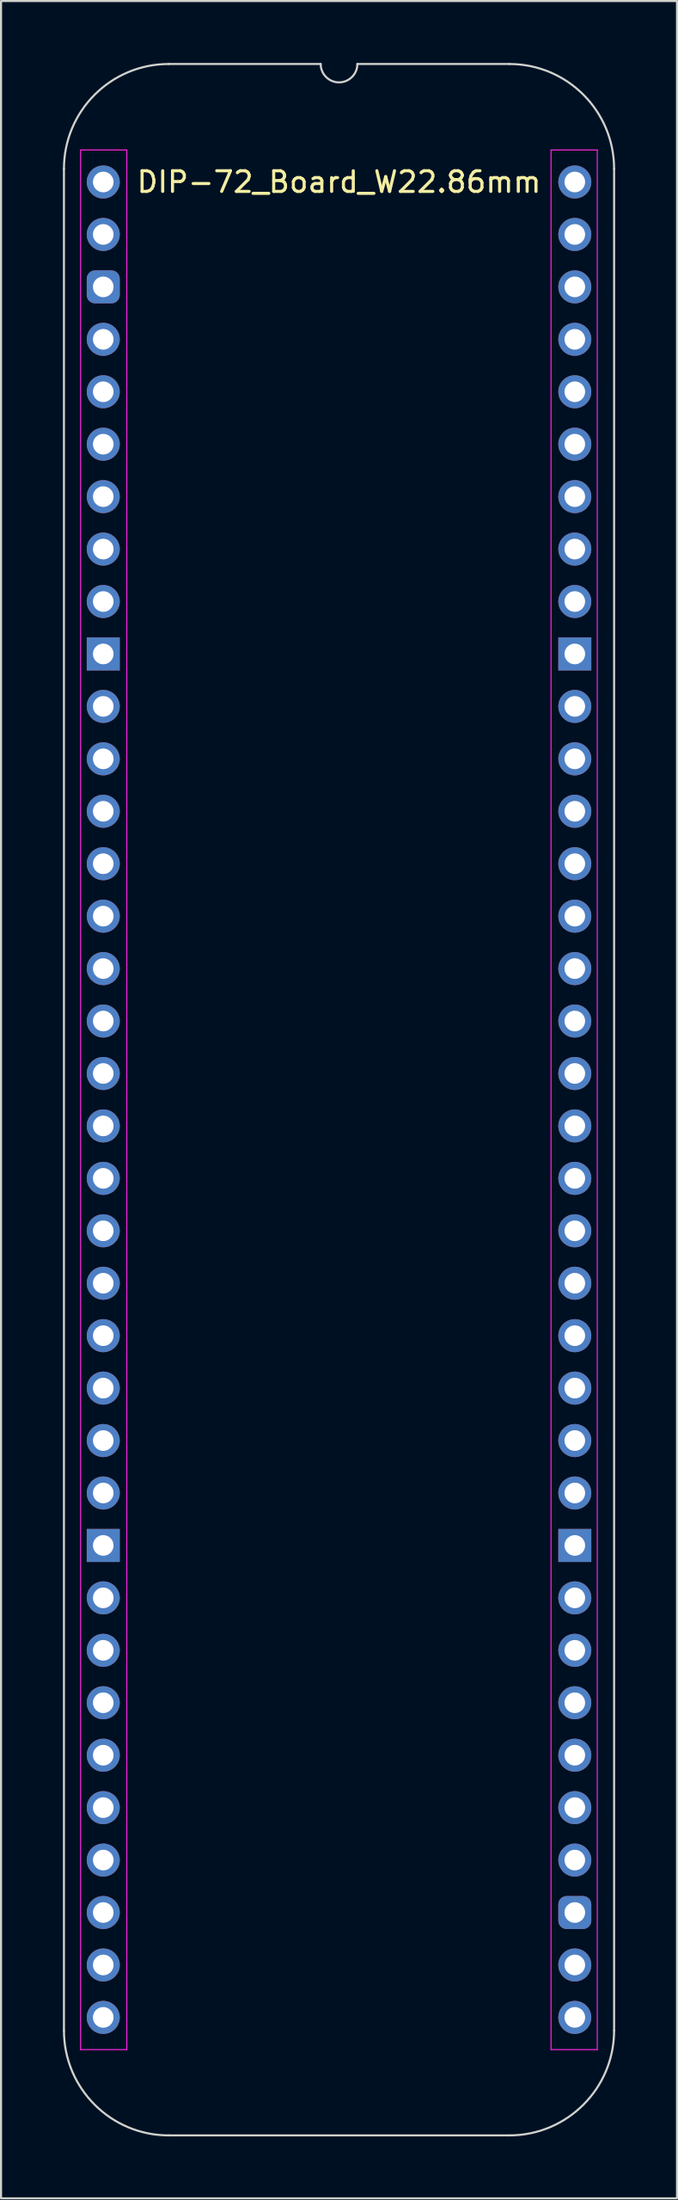
<source format=kicad_pcb>
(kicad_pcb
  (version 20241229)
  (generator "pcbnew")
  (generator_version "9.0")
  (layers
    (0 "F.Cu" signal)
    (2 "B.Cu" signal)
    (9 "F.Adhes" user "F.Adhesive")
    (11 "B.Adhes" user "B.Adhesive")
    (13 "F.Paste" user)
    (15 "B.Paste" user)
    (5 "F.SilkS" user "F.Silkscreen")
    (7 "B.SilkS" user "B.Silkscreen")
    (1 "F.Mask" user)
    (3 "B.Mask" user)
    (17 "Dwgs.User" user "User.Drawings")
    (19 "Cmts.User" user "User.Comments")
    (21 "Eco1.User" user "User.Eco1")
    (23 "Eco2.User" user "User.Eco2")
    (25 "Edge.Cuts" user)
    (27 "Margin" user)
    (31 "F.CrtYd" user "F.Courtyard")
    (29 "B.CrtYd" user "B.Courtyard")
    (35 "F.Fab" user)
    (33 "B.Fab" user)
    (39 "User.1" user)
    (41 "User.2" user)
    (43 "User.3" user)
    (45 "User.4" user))
  (footprint "DIP-72_Board_W22.86mm"
    (layer "F.Cu")
    (at 1.955 5.765)
    (property "Reference" "DIP-72_Board_W22.86mm" (at 11.43 0 0) (layer "F.SilkS") (effects (font (size 1 1) (thickness 0.15))))
    (attr through_hole)
    (fp_line (start -1.905 -0.635) (end -1.905 89.535) (stroke (width 0.1) (type solid)) (layer "Edge.Cuts"))
    (fp_line (start 10.541 -5.715) (end 3.175 -5.715) (stroke (width 0.1) (type solid)) (layer "Edge.Cuts"))
    (fp_line (start 19.685 -5.715) (end 12.319 -5.715) (stroke (width 0.1) (type solid)) (layer "Edge.Cuts"))
    (fp_line (start 19.685 94.615) (end 3.175 94.615) (stroke (width 0.1) (type solid)) (layer "Edge.Cuts"))
    (fp_line (start 24.765 89.535) (end 24.765 -0.635) (stroke (width 0.1) (type solid)) (layer "Edge.Cuts"))
    (fp_arc (start -1.905 -0.635) (mid -0.417102 -4.227102) (end 3.175 -5.715) (stroke (width 0.1) (type solid)) (layer "Edge.Cuts"))
    (fp_arc (start 3.175 94.615) (mid -0.417102 93.127102) (end -1.905 89.535) (stroke (width 0.1) (type solid)) (layer "Edge.Cuts"))
    (fp_arc (start 12.319 -5.715) (mid 11.43 -4.826) (end 10.541 -5.715) (stroke (width 0.1) (type default)) (layer "Edge.Cuts"))
    (fp_arc (start 19.685 -5.715) (mid 23.277102 -4.227102) (end 24.765 -0.635) (stroke (width 0.1) (type solid)) (layer "Edge.Cuts"))
    (fp_arc (start 24.765 89.535) (mid 23.277102 93.127102) (end 19.685 94.615) (stroke (width 0.1) (type solid)) (layer "Edge.Cuts"))
    (fp_line (start -1.1 -1.55) (end -1.1 90.46) (stroke (width 0.05) (type solid)) (layer "F.CrtYd"))
    (fp_line (start -1.1 90.46) (end 1.143 90.46) (stroke (width 0.05) (type solid)) (layer "F.CrtYd"))
    (fp_line (start 1.143 -1.55) (end -1.1 -1.55) (stroke (width 0.05) (type solid)) (layer "F.CrtYd"))
    (fp_line (start 1.143 90.46) (end 1.143 -1.55) (stroke (width 0.05) (type solid)) (layer "F.CrtYd"))
    (fp_line (start 21.707 -1.55) (end 21.707 90.46) (stroke (width 0.05) (type solid)) (layer "F.CrtYd"))
    (fp_line (start 21.707 90.46) (end 23.95 90.46) (stroke (width 0.05) (type solid)) (layer "F.CrtYd"))
    (fp_line (start 23.95 -1.55) (end 21.707 -1.55) (stroke (width 0.05) (type solid)) (layer "F.CrtYd"))
    (fp_line (start 23.95 90.46) (end 23.95 -1.55) (stroke (width 0.05) (type solid)) (layer "F.CrtYd"))
    (pad "1" thru_hole oval (at 0 0) (size 1.6 1.6) (drill 1) (layers "*.Cu" "*.Mask"))
    (pad "2" thru_hole oval (at 0 2.54) (size 1.6 1.6) (drill 1) (layers "*.Cu" "*.Mask"))
    (pad "3" thru_hole roundrect (at 0 5.08) (size 1.6 1.6) (drill 1) (layers "*.Cu" "*.Mask") (roundrect_rratio 0.25))
    (pad "4" thru_hole oval (at 0 7.62) (size 1.6 1.6) (drill 1) (layers "*.Cu" "*.Mask"))
    (pad "5" thru_hole oval (at 0 10.16) (size 1.6 1.6) (drill 1) (layers "*.Cu" "*.Mask"))
    (pad "6" thru_hole oval (at 0 12.7) (size 1.6 1.6) (drill 1) (layers "*.Cu" "*.Mask"))
    (pad "7" thru_hole oval (at 0 15.24) (size 1.6 1.6) (drill 1) (layers "*.Cu" "*.Mask"))
    (pad "8" thru_hole oval (at 0 17.78) (size 1.6 1.6) (drill 1) (layers "*.Cu" "*.Mask"))
    (pad "9" thru_hole oval (at 0 20.32) (size 1.6 1.6) (drill 1) (layers "*.Cu" "*.Mask"))
    (pad "10" thru_hole rect (at 0 22.86) (size 1.6 1.6) (drill 1) (layers "*.Cu" "*.Mask"))
    (pad "11" thru_hole oval (at 0 25.4) (size 1.6 1.6) (drill 1) (layers "*.Cu" "*.Mask"))
    (pad "12" thru_hole oval (at 0 27.94) (size 1.6 1.6) (drill 1) (layers "*.Cu" "*.Mask"))
    (pad "13" thru_hole oval (at 0 30.48) (size 1.6 1.6) (drill 1) (layers "*.Cu" "*.Mask"))
    (pad "14" thru_hole oval (at 0 33.02) (size 1.6 1.6) (drill 1) (layers "*.Cu" "*.Mask"))
    (pad "15" thru_hole oval (at 0 35.56) (size 1.6 1.6) (drill 1) (layers "*.Cu" "*.Mask"))
    (pad "16" thru_hole oval (at 0 38.1) (size 1.6 1.6) (drill 1) (layers "*.Cu" "*.Mask"))
    (pad "17" thru_hole oval (at 0 40.64) (size 1.6 1.6) (drill 1) (layers "*.Cu" "*.Mask"))
    (pad "18" thru_hole oval (at 0 43.18) (size 1.6 1.6) (drill 1) (layers "*.Cu" "*.Mask"))
    (pad "19" thru_hole oval (at 0 45.72) (size 1.6 1.6) (drill 1) (layers "*.Cu" "*.Mask"))
    (pad "20" thru_hole oval (at 0 48.26) (size 1.6 1.6) (drill 1) (layers "*.Cu" "*.Mask"))
    (pad "21" thru_hole oval (at 0 50.8) (size 1.6 1.6) (drill 1) (layers "*.Cu" "*.Mask"))
    (pad "22" thru_hole oval (at 0 53.34) (size 1.6 1.6) (drill 1) (layers "*.Cu" "*.Mask"))
    (pad "23" thru_hole oval (at 0 55.88) (size 1.6 1.6) (drill 1) (layers "*.Cu" "*.Mask"))
    (pad "24" thru_hole oval (at 0 58.42) (size 1.6 1.6) (drill 1) (layers "*.Cu" "*.Mask"))
    (pad "25" thru_hole oval (at 0 60.96) (size 1.6 1.6) (drill 1) (layers "*.Cu" "*.Mask"))
    (pad "26" thru_hole oval (at 0 63.5) (size 1.6 1.6) (drill 1) (layers "*.Cu" "*.Mask"))
    (pad "27" thru_hole rect (at 0 66.04) (size 1.6 1.6) (drill 1) (layers "*.Cu" "*.Mask"))
    (pad "28" thru_hole oval (at 0 68.58) (size 1.6 1.6) (drill 1) (layers "*.Cu" "*.Mask"))
    (pad "29" thru_hole oval (at 0 71.12) (size 1.6 1.6) (drill 1) (layers "*.Cu" "*.Mask"))
    (pad "30" thru_hole oval (at 0 73.66) (size 1.6 1.6) (drill 1) (layers "*.Cu" "*.Mask"))
    (pad "31" thru_hole oval (at 0 76.2) (size 1.6 1.6) (drill 1) (layers "*.Cu" "*.Mask"))
    (pad "32" thru_hole oval (at 0 78.74) (size 1.6 1.6) (drill 1) (layers "*.Cu" "*.Mask"))
    (pad "33" thru_hole oval (at 0 81.28) (size 1.6 1.6) (drill 1) (layers "*.Cu" "*.Mask"))
    (pad "34" thru_hole oval (at 0 83.82) (size 1.6 1.6) (drill 1) (layers "*.Cu" "*.Mask"))
    (pad "35" thru_hole oval (at 0 86.36) (size 1.6 1.6) (drill 1) (layers "*.Cu" "*.Mask"))
    (pad "36" thru_hole oval (at 0 88.9) (size 1.6 1.6) (drill 1) (layers "*.Cu" "*.Mask"))
    (pad "37" thru_hole oval (at 22.86 88.9) (size 1.6 1.6) (drill 1) (layers "*.Cu" "*.Mask"))
    (pad "38" thru_hole oval (at 22.86 86.36) (size 1.6 1.6) (drill 1) (layers "*.Cu" "*.Mask"))
    (pad "39" thru_hole roundrect (at 22.86 83.82) (size 1.6 1.6) (drill 1) (layers "*.Cu" "*.Mask") (roundrect_rratio 0.25))
    (pad "40" thru_hole oval (at 22.86 81.28) (size 1.6 1.6) (drill 1) (layers "*.Cu" "*.Mask"))
    (pad "41" thru_hole oval (at 22.86 78.74) (size 1.6 1.6) (drill 1) (layers "*.Cu" "*.Mask"))
    (pad "42" thru_hole oval (at 22.86 76.2) (size 1.6 1.6) (drill 1) (layers "*.Cu" "*.Mask"))
    (pad "43" thru_hole oval (at 22.86 73.66) (size 1.6 1.6) (drill 1) (layers "*.Cu" "*.Mask"))
    (pad "44" thru_hole oval (at 22.86 71.12) (size 1.6 1.6) (drill 1) (layers "*.Cu" "*.Mask"))
    (pad "45" thru_hole oval (at 22.86 68.58) (size 1.6 1.6) (drill 1) (layers "*.Cu" "*.Mask"))
    (pad "46" thru_hole rect (at 22.86 66.04) (size 1.6 1.6) (drill 1) (layers "*.Cu" "*.Mask"))
    (pad "47" thru_hole oval (at 22.86 63.5) (size 1.6 1.6) (drill 1) (layers "*.Cu" "*.Mask"))
    (pad "48" thru_hole oval (at 22.86 60.96) (size 1.6 1.6) (drill 1) (layers "*.Cu" "*.Mask"))
    (pad "49" thru_hole oval (at 22.86 58.42) (size 1.6 1.6) (drill 1) (layers "*.Cu" "*.Mask"))
    (pad "50" thru_hole oval (at 22.86 55.88) (size 1.6 1.6) (drill 1) (layers "*.Cu" "*.Mask"))
    (pad "51" thru_hole oval (at 22.86 53.34) (size 1.6 1.6) (drill 1) (layers "*.Cu" "*.Mask"))
    (pad "52" thru_hole oval (at 22.86 50.8) (size 1.6 1.6) (drill 1) (layers "*.Cu" "*.Mask"))
    (pad "53" thru_hole oval (at 22.86 48.26) (size 1.6 1.6) (drill 1) (layers "*.Cu" "*.Mask"))
    (pad "54" thru_hole oval (at 22.86 45.72) (size 1.6 1.6) (drill 1) (layers "*.Cu" "*.Mask"))
    (pad "55" thru_hole oval (at 22.86 43.18) (size 1.6 1.6) (drill 1) (layers "*.Cu" "*.Mask"))
    (pad "56" thru_hole oval (at 22.86 40.64) (size 1.6 1.6) (drill 1) (layers "*.Cu" "*.Mask"))
    (pad "57" thru_hole oval (at 22.86 38.1) (size 1.6 1.6) (drill 1) (layers "*.Cu" "*.Mask"))
    (pad "58" thru_hole oval (at 22.86 35.56) (size 1.6 1.6) (drill 1) (layers "*.Cu" "*.Mask"))
    (pad "59" thru_hole oval (at 22.86 33.02) (size 1.6 1.6) (drill 1) (layers "*.Cu" "*.Mask"))
    (pad "60" thru_hole oval (at 22.86 30.48) (size 1.6 1.6) (drill 1) (layers "*.Cu" "*.Mask"))
    (pad "61" thru_hole oval (at 22.86 27.94) (size 1.6 1.6) (drill 1) (layers "*.Cu" "*.Mask"))
    (pad "62" thru_hole oval (at 22.86 25.4) (size 1.6 1.6) (drill 1) (layers "*.Cu" "*.Mask"))
    (pad "63" thru_hole rect (at 22.86 22.86) (size 1.6 1.6) (drill 1) (layers "*.Cu" "*.Mask"))
    (pad "64" thru_hole oval (at 22.86 20.32) (size 1.6 1.6) (drill 1) (layers "*.Cu" "*.Mask"))
    (pad "65" thru_hole oval (at 22.86 17.78) (size 1.6 1.6) (drill 1) (layers "*.Cu" "*.Mask"))
    (pad "66" thru_hole oval (at 22.86 15.24) (size 1.6 1.6) (drill 1) (layers "*.Cu" "*.Mask"))
    (pad "67" thru_hole oval (at 22.86 12.7) (size 1.6 1.6) (drill 1) (layers "*.Cu" "*.Mask"))
    (pad "68" thru_hole oval (at 22.86 10.16) (size 1.6 1.6) (drill 1) (layers "*.Cu" "*.Mask"))
    (pad "69" thru_hole oval (at 22.86 7.62) (size 1.6 1.6) (drill 1) (layers "*.Cu" "*.Mask"))
    (pad "70" thru_hole oval (at 22.86 5.08) (size 1.6 1.6) (drill 1) (layers "*.Cu" "*.Mask"))
    (pad "71" thru_hole oval (at 22.86 2.54) (size 1.6 1.6) (drill 1) (layers "*.Cu" "*.Mask"))
    (pad "72" thru_hole oval (at 22.86 0) (size 1.6 1.6) (drill 1) (layers "*.Cu" "*.Mask")))
  (gr_rect
    (start -3 -3)
    (end 29.77 103.43)
    (stroke (width 0.1) (type default))
    (fill no)
    (layer "Edge.Cuts")))
</source>
